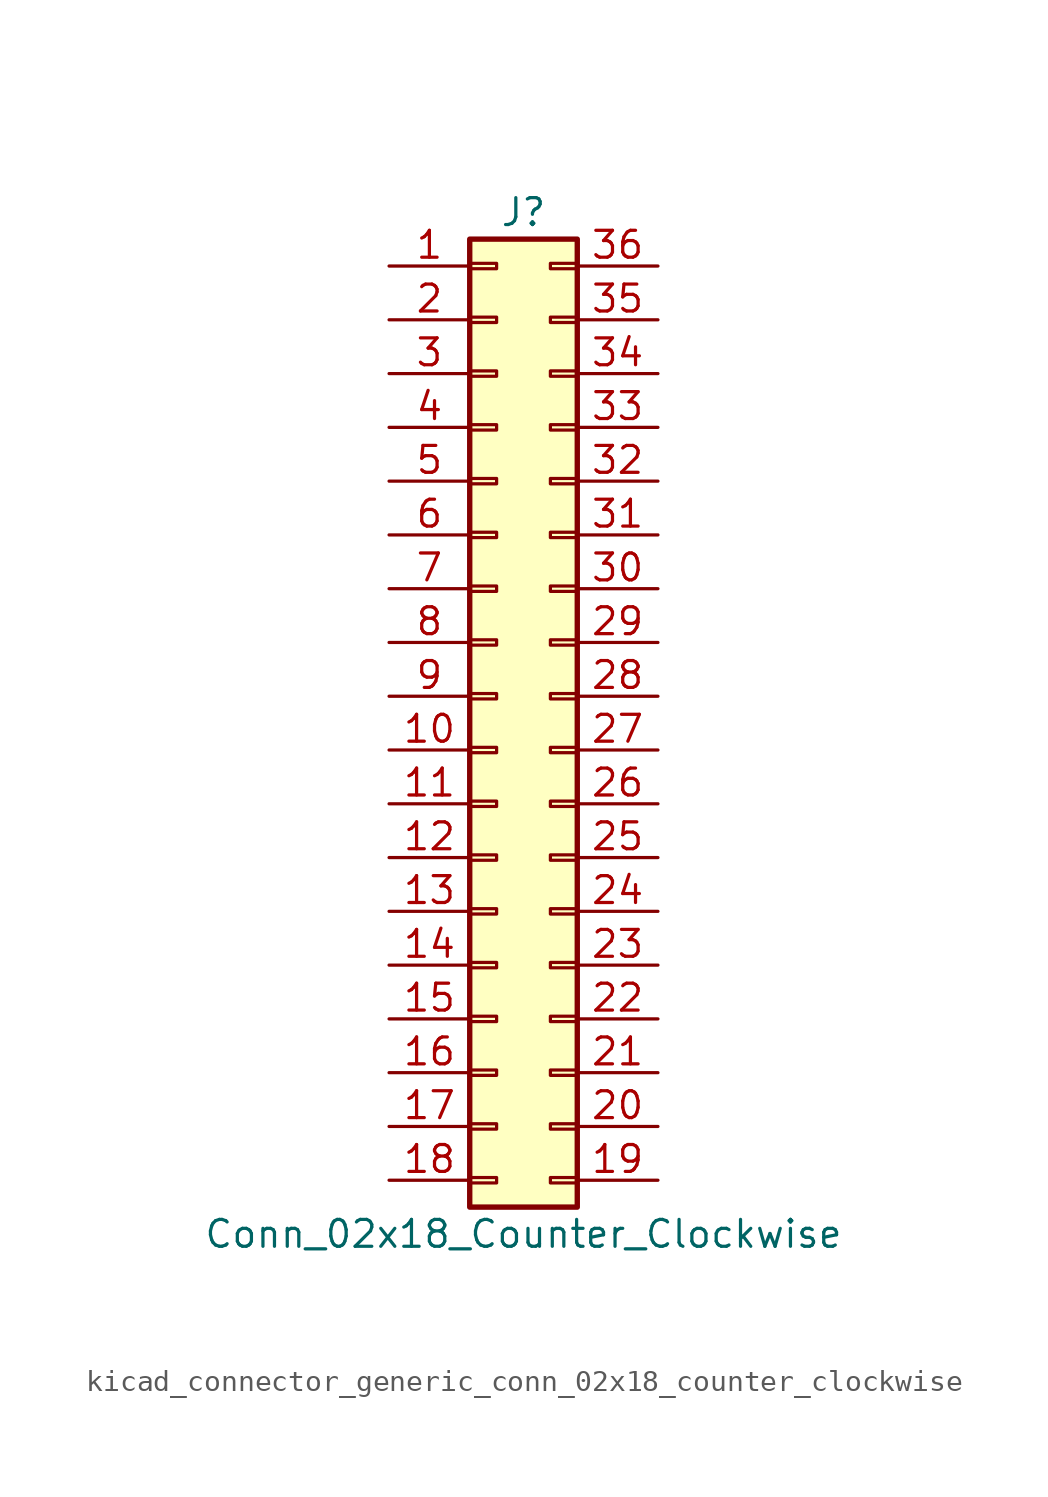
<source format=kicad_sym>
(kicad_symbol_lib
  (version 20220914)
  (generator kicad_symbol_editor)
  (symbol "kicad_connector_generic_conn_02x18_counter_clockwise"
    (pin_names
      (offset 1.016) hide)
    (property "Reference" "J"
      (at 1.27 22.86 0)
      (effects (font (size 1.27 1.27))))
    (property "Value" "Conn_02x18_Counter_Clockwise"
      (at 1.27 -25.4 0)
      (effects (font (size 1.27 1.27))))
    (symbol "kicad_connector_generic_conn_02x18_counter_clockwise_1_1"
      (rectangle (start -1.27 -22.733) (end 0 -22.987) (stroke (width 0.152) (type default)) (fill (type none)))
      (rectangle (start -1.27 -20.193) (end 0 -20.447) (stroke (width 0.152) (type default)) (fill (type none)))
      (rectangle (start -1.27 -17.653) (end 0 -17.907) (stroke (width 0.152) (type default)) (fill (type none)))
      (rectangle (start -1.27 -15.113) (end 0 -15.367) (stroke (width 0.152) (type default)) (fill (type none)))
      (rectangle (start -1.27 -12.573) (end 0 -12.827) (stroke (width 0.152) (type default)) (fill (type none)))
      (rectangle (start -1.27 -10.033) (end 0 -10.287) (stroke (width 0.152) (type default)) (fill (type none)))
      (rectangle (start -1.27 -7.493) (end 0 -7.747) (stroke (width 0.152) (type default)) (fill (type none)))
      (rectangle (start -1.27 -4.953) (end 0 -5.207) (stroke (width 0.152) (type default)) (fill (type none)))
      (rectangle (start -1.27 -2.413) (end 0 -2.667) (stroke (width 0.152) (type default)) (fill (type none)))
      (rectangle (start -1.27 0.127) (end 0 -0.127) (stroke (width 0.152) (type default)) (fill (type none)))
      (rectangle (start -1.27 2.667) (end 0 2.413) (stroke (width 0.152) (type default)) (fill (type none)))
      (rectangle (start -1.27 5.207) (end 0 4.953) (stroke (width 0.152) (type default)) (fill (type none)))
      (rectangle (start -1.27 7.747) (end 0 7.493) (stroke (width 0.152) (type default)) (fill (type none)))
      (rectangle (start -1.27 10.287) (end 0 10.033) (stroke (width 0.152) (type default)) (fill (type none)))
      (rectangle (start -1.27 12.827) (end 0 12.573) (stroke (width 0.152) (type default)) (fill (type none)))
      (rectangle (start -1.27 15.367) (end 0 15.113) (stroke (width 0.152) (type default)) (fill (type none)))
      (rectangle (start -1.27 17.907) (end 0 17.653) (stroke (width 0.152) (type default)) (fill (type none)))
      (rectangle (start -1.27 20.447) (end 0 20.193) (stroke (width 0.152) (type default)) (fill (type none)))
      (rectangle (start -1.27 21.59) (end 3.81 -24.13) (stroke (width 0.254) (type default)) (fill (type background)))
      (rectangle (start 3.81 -22.733) (end 2.54 -22.987) (stroke (width 0.152) (type default)) (fill (type none)))
      (rectangle (start 3.81 -20.193) (end 2.54 -20.447) (stroke (width 0.152) (type default)) (fill (type none)))
      (rectangle (start 3.81 -17.653) (end 2.54 -17.907) (stroke (width 0.152) (type default)) (fill (type none)))
      (rectangle (start 3.81 -15.113) (end 2.54 -15.367) (stroke (width 0.152) (type default)) (fill (type none)))
      (rectangle (start 3.81 -12.573) (end 2.54 -12.827) (stroke (width 0.152) (type default)) (fill (type none)))
      (rectangle (start 3.81 -10.033) (end 2.54 -10.287) (stroke (width 0.152) (type default)) (fill (type none)))
      (rectangle (start 3.81 -7.493) (end 2.54 -7.747) (stroke (width 0.152) (type default)) (fill (type none)))
      (rectangle (start 3.81 -4.953) (end 2.54 -5.207) (stroke (width 0.152) (type default)) (fill (type none)))
      (rectangle (start 3.81 -2.413) (end 2.54 -2.667) (stroke (width 0.152) (type default)) (fill (type none)))
      (rectangle (start 3.81 0.127) (end 2.54 -0.127) (stroke (width 0.152) (type default)) (fill (type none)))
      (rectangle (start 3.81 2.667) (end 2.54 2.413) (stroke (width 0.152) (type default)) (fill (type none)))
      (rectangle (start 3.81 5.207) (end 2.54 4.953) (stroke (width 0.152) (type default)) (fill (type none)))
      (rectangle (start 3.81 7.747) (end 2.54 7.493) (stroke (width 0.152) (type default)) (fill (type none)))
      (rectangle (start 3.81 10.287) (end 2.54 10.033) (stroke (width 0.152) (type default)) (fill (type none)))
      (rectangle (start 3.81 12.827) (end 2.54 12.573) (stroke (width 0.152) (type default)) (fill (type none)))
      (rectangle (start 3.81 15.367) (end 2.54 15.113) (stroke (width 0.152) (type default)) (fill (type none)))
      (rectangle (start 3.81 17.907) (end 2.54 17.653) (stroke (width 0.152) (type default)) (fill (type none)))
      (rectangle (start 3.81 20.447) (end 2.54 20.193) (stroke (width 0.152) (type default)) (fill (type none)))
      (pin passive line (at -5.08 20.32 0) (length 3.81) (name "Pin_1" (effects (font (size 1.27 1.27)))) (number "1" (effects (font (size 1.27 1.27)))))
      (pin passive line (at -5.08 -2.54 0) (length 3.81) (name "Pin_10" (effects (font (size 1.27 1.27)))) (number "10" (effects (font (size 1.27 1.27)))))
      (pin passive line (at -5.08 -5.08 0) (length 3.81) (name "Pin_11" (effects (font (size 1.27 1.27)))) (number "11" (effects (font (size 1.27 1.27)))))
      (pin passive line (at -5.08 -7.62 0) (length 3.81) (name "Pin_12" (effects (font (size 1.27 1.27)))) (number "12" (effects (font (size 1.27 1.27)))))
      (pin passive line (at -5.08 -10.16 0) (length 3.81) (name "Pin_13" (effects (font (size 1.27 1.27)))) (number "13" (effects (font (size 1.27 1.27)))))
      (pin passive line (at -5.08 -12.7 0) (length 3.81) (name "Pin_14" (effects (font (size 1.27 1.27)))) (number "14" (effects (font (size 1.27 1.27)))))
      (pin passive line (at -5.08 -15.24 0) (length 3.81) (name "Pin_15" (effects (font (size 1.27 1.27)))) (number "15" (effects (font (size 1.27 1.27)))))
      (pin passive line (at -5.08 -17.78 0) (length 3.81) (name "Pin_16" (effects (font (size 1.27 1.27)))) (number "16" (effects (font (size 1.27 1.27)))))
      (pin passive line (at -5.08 -20.32 0) (length 3.81) (name "Pin_17" (effects (font (size 1.27 1.27)))) (number "17" (effects (font (size 1.27 1.27)))))
      (pin passive line (at -5.08 -22.86 0) (length 3.81) (name "Pin_18" (effects (font (size 1.27 1.27)))) (number "18" (effects (font (size 1.27 1.27)))))
      (pin passive line (at 7.62 -22.86 180) (length 3.81) (name "Pin_19" (effects (font (size 1.27 1.27)))) (number "19" (effects (font (size 1.27 1.27)))))
      (pin passive line (at -5.08 17.78 0) (length 3.81) (name "Pin_2" (effects (font (size 1.27 1.27)))) (number "2" (effects (font (size 1.27 1.27)))))
      (pin passive line (at 7.62 -20.32 180) (length 3.81) (name "Pin_20" (effects (font (size 1.27 1.27)))) (number "20" (effects (font (size 1.27 1.27)))))
      (pin passive line (at 7.62 -17.78 180) (length 3.81) (name "Pin_21" (effects (font (size 1.27 1.27)))) (number "21" (effects (font (size 1.27 1.27)))))
      (pin passive line (at 7.62 -15.24 180) (length 3.81) (name "Pin_22" (effects (font (size 1.27 1.27)))) (number "22" (effects (font (size 1.27 1.27)))))
      (pin passive line (at 7.62 -12.7 180) (length 3.81) (name "Pin_23" (effects (font (size 1.27 1.27)))) (number "23" (effects (font (size 1.27 1.27)))))
      (pin passive line (at 7.62 -10.16 180) (length 3.81) (name "Pin_24" (effects (font (size 1.27 1.27)))) (number "24" (effects (font (size 1.27 1.27)))))
      (pin passive line (at 7.62 -7.62 180) (length 3.81) (name "Pin_25" (effects (font (size 1.27 1.27)))) (number "25" (effects (font (size 1.27 1.27)))))
      (pin passive line (at 7.62 -5.08 180) (length 3.81) (name "Pin_26" (effects (font (size 1.27 1.27)))) (number "26" (effects (font (size 1.27 1.27)))))
      (pin passive line (at 7.62 -2.54 180) (length 3.81) (name "Pin_27" (effects (font (size 1.27 1.27)))) (number "27" (effects (font (size 1.27 1.27)))))
      (pin passive line (at 7.62 0 180) (length 3.81) (name "Pin_28" (effects (font (size 1.27 1.27)))) (number "28" (effects (font (size 1.27 1.27)))))
      (pin passive line (at 7.62 2.54 180) (length 3.81) (name "Pin_29" (effects (font (size 1.27 1.27)))) (number "29" (effects (font (size 1.27 1.27)))))
      (pin passive line (at -5.08 15.24 0) (length 3.81) (name "Pin_3" (effects (font (size 1.27 1.27)))) (number "3" (effects (font (size 1.27 1.27)))))
      (pin passive line (at 7.62 5.08 180) (length 3.81) (name "Pin_30" (effects (font (size 1.27 1.27)))) (number "30" (effects (font (size 1.27 1.27)))))
      (pin passive line (at 7.62 7.62 180) (length 3.81) (name "Pin_31" (effects (font (size 1.27 1.27)))) (number "31" (effects (font (size 1.27 1.27)))))
      (pin passive line (at 7.62 10.16 180) (length 3.81) (name "Pin_32" (effects (font (size 1.27 1.27)))) (number "32" (effects (font (size 1.27 1.27)))))
      (pin passive line (at 7.62 12.7 180) (length 3.81) (name "Pin_33" (effects (font (size 1.27 1.27)))) (number "33" (effects (font (size 1.27 1.27)))))
      (pin passive line (at 7.62 15.24 180) (length 3.81) (name "Pin_34" (effects (font (size 1.27 1.27)))) (number "34" (effects (font (size 1.27 1.27)))))
      (pin passive line (at 7.62 17.78 180) (length 3.81) (name "Pin_35" (effects (font (size 1.27 1.27)))) (number "35" (effects (font (size 1.27 1.27)))))
      (pin passive line (at 7.62 20.32 180) (length 3.81) (name "Pin_36" (effects (font (size 1.27 1.27)))) (number "36" (effects (font (size 1.27 1.27)))))
      (pin passive line (at -5.08 12.7 0) (length 3.81) (name "Pin_4" (effects (font (size 1.27 1.27)))) (number "4" (effects (font (size 1.27 1.27)))))
      (pin passive line (at -5.08 10.16 0) (length 3.81) (name "Pin_5" (effects (font (size 1.27 1.27)))) (number "5" (effects (font (size 1.27 1.27)))))
      (pin passive line (at -5.08 7.62 0) (length 3.81) (name "Pin_6" (effects (font (size 1.27 1.27)))) (number "6" (effects (font (size 1.27 1.27)))))
      (pin passive line (at -5.08 5.08 0) (length 3.81) (name "Pin_7" (effects (font (size 1.27 1.27)))) (number "7" (effects (font (size 1.27 1.27)))))
      (pin passive line (at -5.08 2.54 0) (length 3.81) (name "Pin_8" (effects (font (size 1.27 1.27)))) (number "8" (effects (font (size 1.27 1.27)))))
      (pin passive line (at -5.08 0 0) (length 3.81) (name "Pin_9" (effects (font (size 1.27 1.27)))) (number "9" (effects (font (size 1.27 1.27))))))))
</source>
